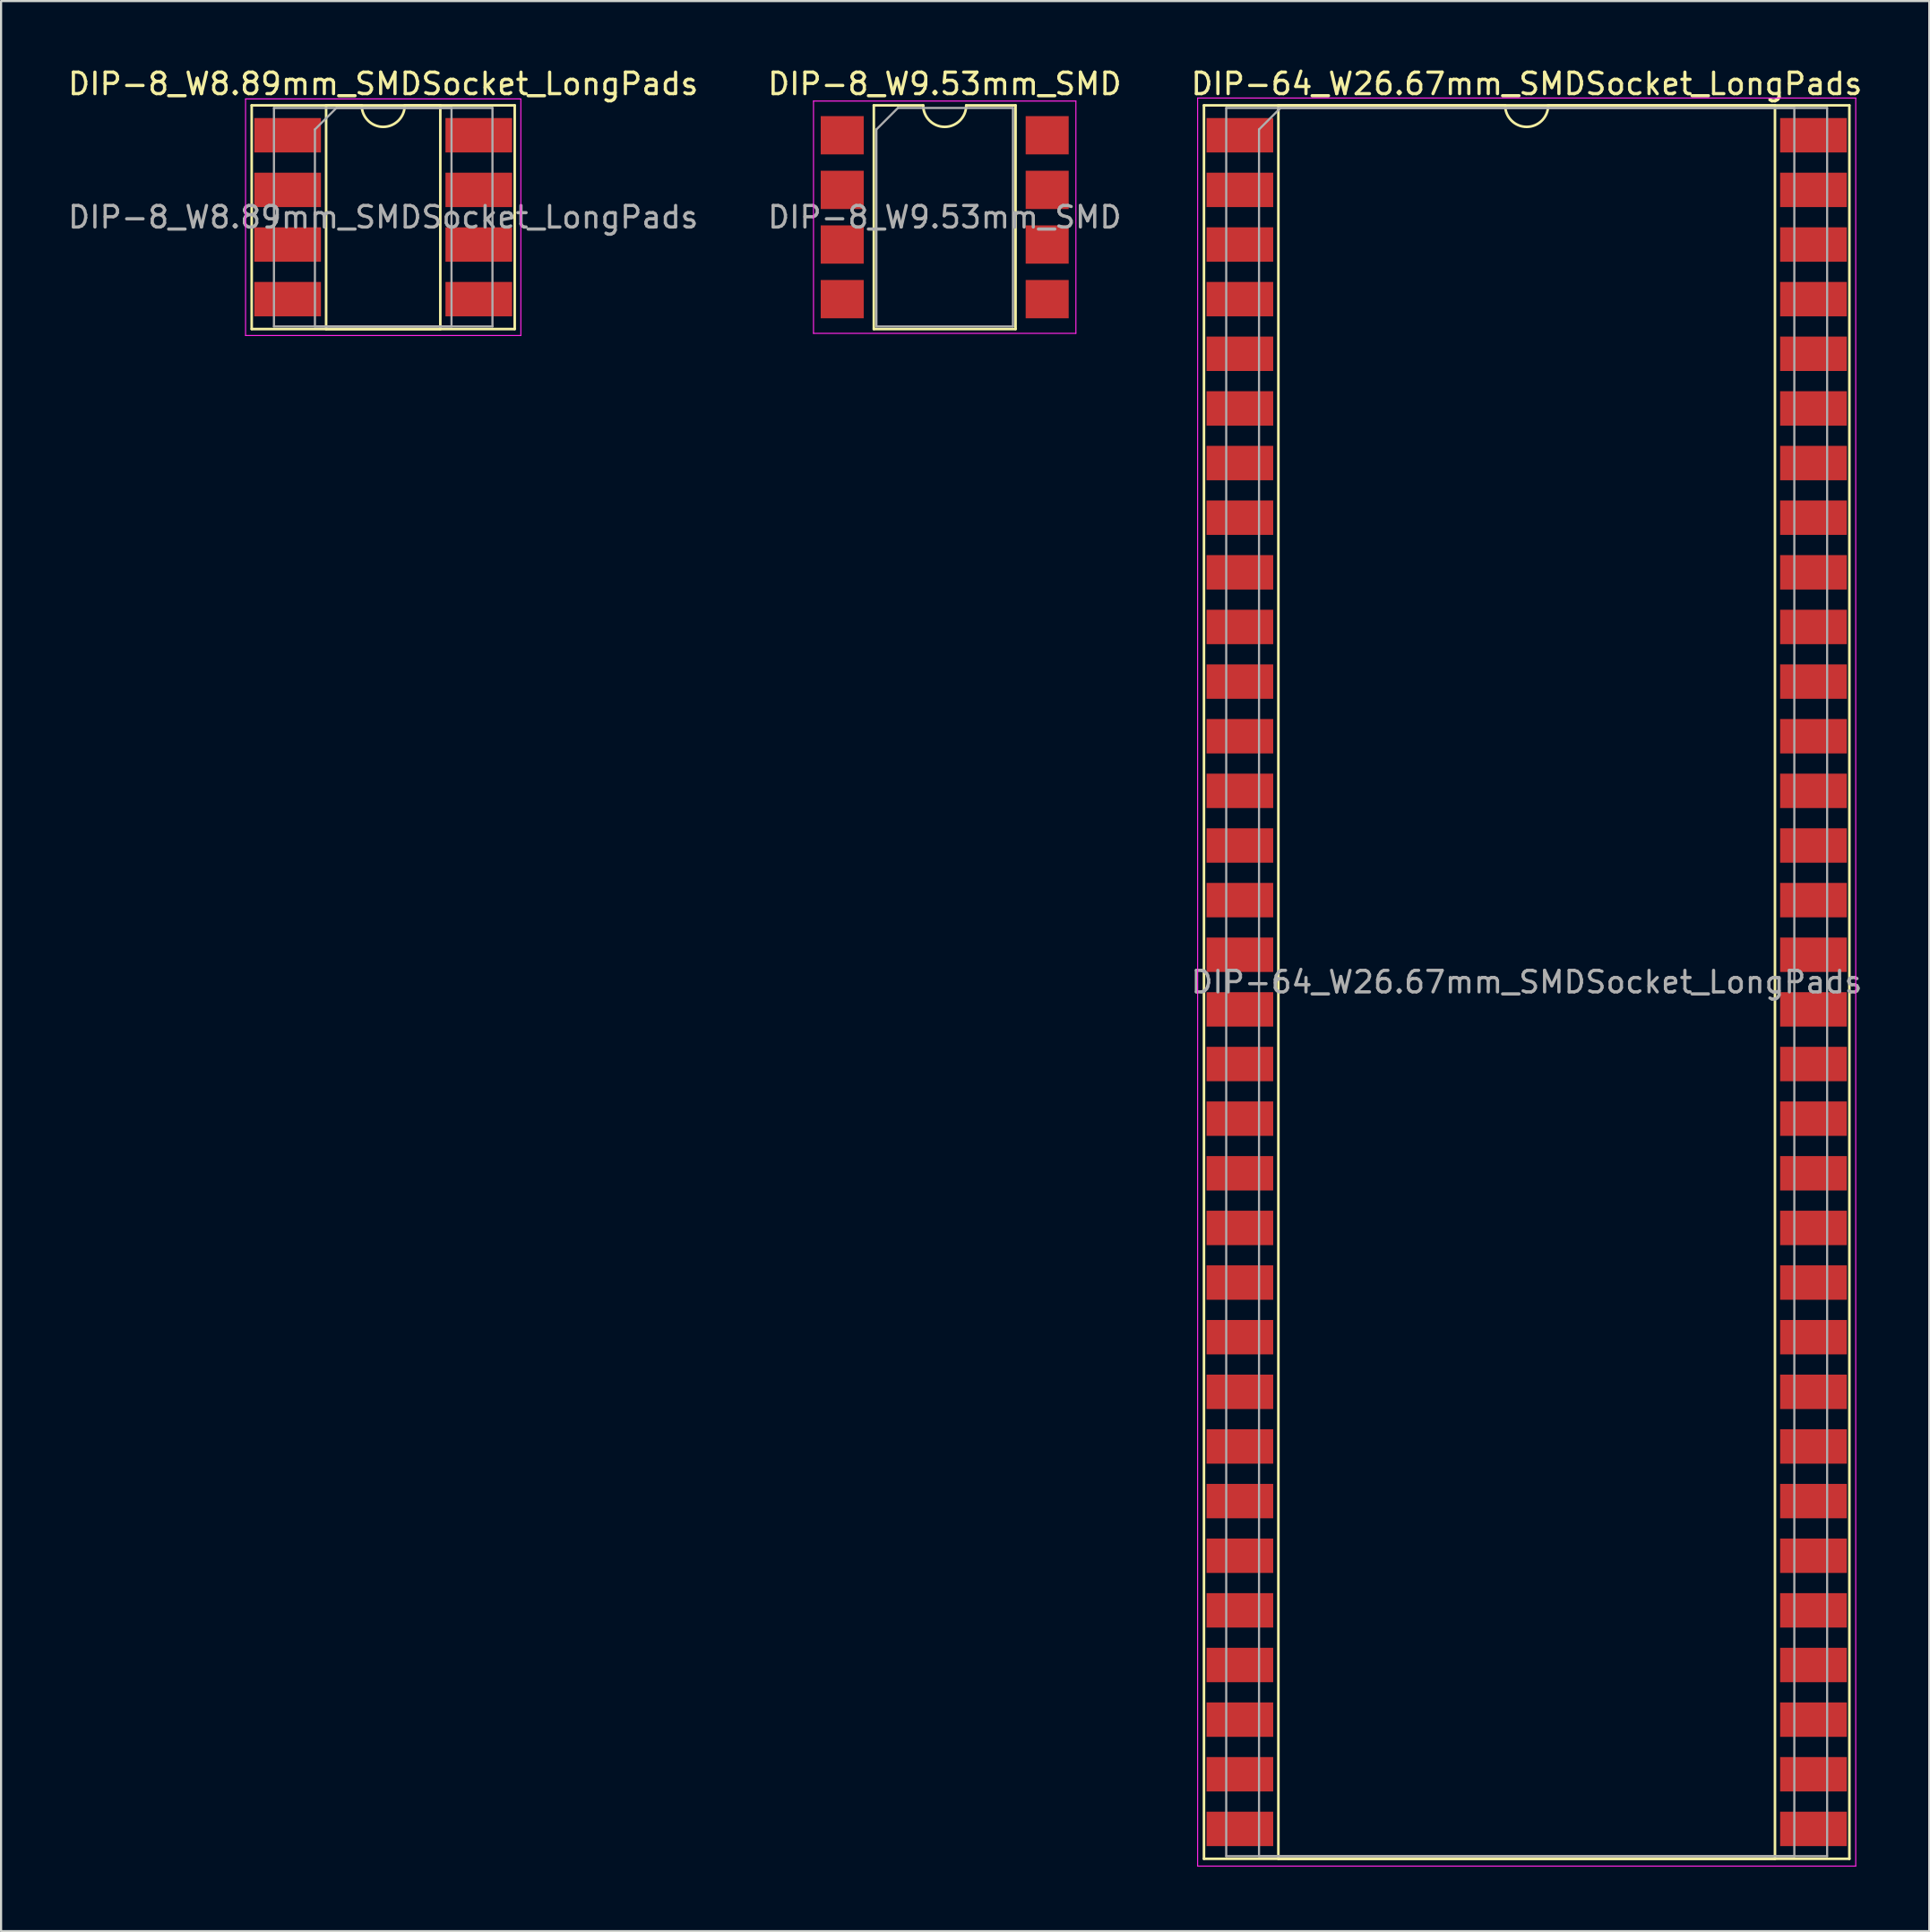
<source format=kicad_pcb>
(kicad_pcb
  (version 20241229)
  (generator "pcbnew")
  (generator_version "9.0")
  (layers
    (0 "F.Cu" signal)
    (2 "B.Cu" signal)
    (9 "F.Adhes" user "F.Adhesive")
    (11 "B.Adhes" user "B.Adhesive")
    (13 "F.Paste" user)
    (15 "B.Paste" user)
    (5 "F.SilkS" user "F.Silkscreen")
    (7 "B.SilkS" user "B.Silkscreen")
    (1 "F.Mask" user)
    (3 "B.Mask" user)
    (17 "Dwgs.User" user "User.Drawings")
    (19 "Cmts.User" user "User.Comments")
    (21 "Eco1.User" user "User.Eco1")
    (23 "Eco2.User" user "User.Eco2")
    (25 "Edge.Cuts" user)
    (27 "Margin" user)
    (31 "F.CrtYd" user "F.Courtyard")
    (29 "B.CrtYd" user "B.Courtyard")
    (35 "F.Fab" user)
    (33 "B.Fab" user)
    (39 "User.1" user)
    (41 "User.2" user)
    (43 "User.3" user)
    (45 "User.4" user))
  (footprint "DIP-8_W9.53mm_SMD"
    (layer "F.Cu")
    (at 40.875 7.048)
    (property "Reference" "DIP-8_W9.53mm_SMD" (at 0 -6.2 0) (layer "F.SilkS") (effects (font (size 1 1) (thickness 0.15))))
    (attr smd)
    (fp_line (start -3.295 -5.2) (end -3.295 5.2) (stroke (width 0.12) (type solid)) (layer "F.SilkS"))
    (fp_line (start -3.295 5.2) (end 3.295 5.2) (stroke (width 0.12) (type solid)) (layer "F.SilkS"))
    (fp_line (start -1 -5.2) (end -3.295 -5.2) (stroke (width 0.12) (type solid)) (layer "F.SilkS"))
    (fp_line (start 3.295 -5.2) (end 1 -5.2) (stroke (width 0.12) (type solid)) (layer "F.SilkS"))
    (fp_line (start 3.295 5.2) (end 3.295 -5.2) (stroke (width 0.12) (type solid)) (layer "F.SilkS"))
    (fp_arc (start 1 -5.2) (mid 0 -4.2) (end -1 -5.2) (stroke (width 0.12) (type solid)) (layer "F.SilkS"))
    (fp_line (start -6.1 -5.4) (end -6.1 5.4) (stroke (width 0.05) (type solid)) (layer "F.CrtYd"))
    (fp_line (start -6.1 5.4) (end 6.1 5.4) (stroke (width 0.05) (type solid)) (layer "F.CrtYd"))
    (fp_line (start 6.1 -5.4) (end -6.1 -5.4) (stroke (width 0.05) (type solid)) (layer "F.CrtYd"))
    (fp_line (start 6.1 5.4) (end 6.1 -5.4) (stroke (width 0.05) (type solid)) (layer "F.CrtYd"))
    (fp_line (start -3.175 -4.08) (end -2.175 -5.08) (stroke (width 0.1) (type solid)) (layer "F.Fab"))
    (fp_line (start -3.175 5.08) (end -3.175 -4.08) (stroke (width 0.1) (type solid)) (layer "F.Fab"))
    (fp_line (start -2.175 -5.08) (end 3.175 -5.08) (stroke (width 0.1) (type solid)) (layer "F.Fab"))
    (fp_line (start 3.175 -5.08) (end 3.175 5.08) (stroke (width 0.1) (type solid)) (layer "F.Fab"))
    (fp_line (start 3.175 5.08) (end -3.175 5.08) (stroke (width 0.1) (type solid)) (layer "F.Fab"))
    (fp_text user "${REFERENCE}" (at 0 0 0) (layer "F.Fab") (effects (font (size 1 1) (thickness 0.15))))
    (pad "1" smd rect (at -4.765 -3.81) (size 2 1.78) (layers "F.Cu" "F.Mask" "F.Paste"))
    (pad "2" smd rect (at -4.765 -1.27) (size 2 1.78) (layers "F.Cu" "F.Mask" "F.Paste"))
    (pad "3" smd rect (at -4.765 1.27) (size 2 1.78) (layers "F.Cu" "F.Mask" "F.Paste"))
    (pad "4" smd rect (at -4.765 3.81) (size 2 1.78) (layers "F.Cu" "F.Mask" "F.Paste"))
    (pad "5" smd rect (at 4.765 3.81) (size 2 1.78) (layers "F.Cu" "F.Mask" "F.Paste"))
    (pad "6" smd rect (at 4.765 1.27) (size 2 1.78) (layers "F.Cu" "F.Mask" "F.Paste"))
    (pad "7" smd rect (at 4.765 -1.27) (size 2 1.78) (layers "F.Cu" "F.Mask" "F.Paste"))
    (pad "8" smd rect (at 4.765 -3.81) (size 2 1.78) (layers "F.Cu" "F.Mask" "F.Paste")))
  (footprint "DIP-64_W26.67mm_SMDSocket_LongPads"
    (layer "F.Cu")
    (at 67.935 42.608)
    (property "Reference" "DIP-64_W26.67mm_SMDSocket_LongPads" (at 0 -41.76 0) (layer "F.SilkS") (effects (font (size 1 1) (thickness 0.15))))
    (attr smd)
    (fp_line (start -15.005 -40.76) (end -15.005 40.76) (stroke (width 0.12) (type solid)) (layer "F.SilkS"))
    (fp_line (start -15.005 40.76) (end 15.005 40.76) (stroke (width 0.12) (type solid)) (layer "F.SilkS"))
    (fp_line (start -11.545 -40.76) (end -11.545 40.76) (stroke (width 0.12) (type solid)) (layer "F.SilkS"))
    (fp_line (start -11.545 40.76) (end 11.545 40.76) (stroke (width 0.12) (type solid)) (layer "F.SilkS"))
    (fp_line (start -1 -40.76) (end -11.545 -40.76) (stroke (width 0.12) (type solid)) (layer "F.SilkS"))
    (fp_line (start 11.545 -40.76) (end 1 -40.76) (stroke (width 0.12) (type solid)) (layer "F.SilkS"))
    (fp_line (start 11.545 40.76) (end 11.545 -40.76) (stroke (width 0.12) (type solid)) (layer "F.SilkS"))
    (fp_line (start 15.005 -40.76) (end -15.005 -40.76) (stroke (width 0.12) (type solid)) (layer "F.SilkS"))
    (fp_line (start 15.005 40.76) (end 15.005 -40.76) (stroke (width 0.12) (type solid)) (layer "F.SilkS"))
    (fp_arc (start 1 -40.76) (mid 0 -39.76) (end -1 -40.76) (stroke (width 0.12) (type solid)) (layer "F.SilkS"))
    (fp_line (start -15.3 -41.1) (end -15.3 41.1) (stroke (width 0.05) (type solid)) (layer "F.CrtYd"))
    (fp_line (start -15.3 41.1) (end 15.3 41.1) (stroke (width 0.05) (type solid)) (layer "F.CrtYd"))
    (fp_line (start 15.3 -41.1) (end -15.3 -41.1) (stroke (width 0.05) (type solid)) (layer "F.CrtYd"))
    (fp_line (start 15.3 41.1) (end 15.3 -41.1) (stroke (width 0.05) (type solid)) (layer "F.CrtYd"))
    (fp_line (start -13.97 -40.64) (end -13.97 40.64) (stroke (width 0.1) (type solid)) (layer "F.Fab"))
    (fp_line (start -13.97 40.64) (end 13.97 40.64) (stroke (width 0.1) (type solid)) (layer "F.Fab"))
    (fp_line (start -12.445 -39.64) (end -11.445 -40.64) (stroke (width 0.1) (type solid)) (layer "F.Fab"))
    (fp_line (start -12.445 40.64) (end -12.445 -39.64) (stroke (width 0.1) (type solid)) (layer "F.Fab"))
    (fp_line (start -11.445 -40.64) (end 12.445 -40.64) (stroke (width 0.1) (type solid)) (layer "F.Fab"))
    (fp_line (start 12.445 -40.64) (end 12.445 40.64) (stroke (width 0.1) (type solid)) (layer "F.Fab"))
    (fp_line (start 12.445 40.64) (end -12.445 40.64) (stroke (width 0.1) (type solid)) (layer "F.Fab"))
    (fp_line (start 13.97 -40.64) (end -13.97 -40.64) (stroke (width 0.1) (type solid)) (layer "F.Fab"))
    (fp_line (start 13.97 40.64) (end 13.97 -40.64) (stroke (width 0.1) (type solid)) (layer "F.Fab"))
    (fp_text user "${REFERENCE}" (at 0 0 0) (layer "F.Fab") (effects (font (size 1 1) (thickness 0.15))))
    (pad "1" smd rect (at -13.335 -39.37) (size 3.1 1.6) (layers "F.Cu" "F.Mask" "F.Paste"))
    (pad "2" smd rect (at -13.335 -36.83) (size 3.1 1.6) (layers "F.Cu" "F.Mask" "F.Paste"))
    (pad "3" smd rect (at -13.335 -34.29) (size 3.1 1.6) (layers "F.Cu" "F.Mask" "F.Paste"))
    (pad "4" smd rect (at -13.335 -31.75) (size 3.1 1.6) (layers "F.Cu" "F.Mask" "F.Paste"))
    (pad "5" smd rect (at -13.335 -29.21) (size 3.1 1.6) (layers "F.Cu" "F.Mask" "F.Paste"))
    (pad "6" smd rect (at -13.335 -26.67) (size 3.1 1.6) (layers "F.Cu" "F.Mask" "F.Paste"))
    (pad "7" smd rect (at -13.335 -24.13) (size 3.1 1.6) (layers "F.Cu" "F.Mask" "F.Paste"))
    (pad "8" smd rect (at -13.335 -21.59) (size 3.1 1.6) (layers "F.Cu" "F.Mask" "F.Paste"))
    (pad "9" smd rect (at -13.335 -19.05) (size 3.1 1.6) (layers "F.Cu" "F.Mask" "F.Paste"))
    (pad "10" smd rect (at -13.335 -16.51) (size 3.1 1.6) (layers "F.Cu" "F.Mask" "F.Paste"))
    (pad "11" smd rect (at -13.335 -13.97) (size 3.1 1.6) (layers "F.Cu" "F.Mask" "F.Paste"))
    (pad "12" smd rect (at -13.335 -11.43) (size 3.1 1.6) (layers "F.Cu" "F.Mask" "F.Paste"))
    (pad "13" smd rect (at -13.335 -8.89) (size 3.1 1.6) (layers "F.Cu" "F.Mask" "F.Paste"))
    (pad "14" smd rect (at -13.335 -6.35) (size 3.1 1.6) (layers "F.Cu" "F.Mask" "F.Paste"))
    (pad "15" smd rect (at -13.335 -3.81) (size 3.1 1.6) (layers "F.Cu" "F.Mask" "F.Paste"))
    (pad "16" smd rect (at -13.335 -1.27) (size 3.1 1.6) (layers "F.Cu" "F.Mask" "F.Paste"))
    (pad "17" smd rect (at -13.335 1.27) (size 3.1 1.6) (layers "F.Cu" "F.Mask" "F.Paste"))
    (pad "18" smd rect (at -13.335 3.81) (size 3.1 1.6) (layers "F.Cu" "F.Mask" "F.Paste"))
    (pad "19" smd rect (at -13.335 6.35) (size 3.1 1.6) (layers "F.Cu" "F.Mask" "F.Paste"))
    (pad "20" smd rect (at -13.335 8.89) (size 3.1 1.6) (layers "F.Cu" "F.Mask" "F.Paste"))
    (pad "21" smd rect (at -13.335 11.43) (size 3.1 1.6) (layers "F.Cu" "F.Mask" "F.Paste"))
    (pad "22" smd rect (at -13.335 13.97) (size 3.1 1.6) (layers "F.Cu" "F.Mask" "F.Paste"))
    (pad "23" smd rect (at -13.335 16.51) (size 3.1 1.6) (layers "F.Cu" "F.Mask" "F.Paste"))
    (pad "24" smd rect (at -13.335 19.05) (size 3.1 1.6) (layers "F.Cu" "F.Mask" "F.Paste"))
    (pad "25" smd rect (at -13.335 21.59) (size 3.1 1.6) (layers "F.Cu" "F.Mask" "F.Paste"))
    (pad "26" smd rect (at -13.335 24.13) (size 3.1 1.6) (layers "F.Cu" "F.Mask" "F.Paste"))
    (pad "27" smd rect (at -13.335 26.67) (size 3.1 1.6) (layers "F.Cu" "F.Mask" "F.Paste"))
    (pad "28" smd rect (at -13.335 29.21) (size 3.1 1.6) (layers "F.Cu" "F.Mask" "F.Paste"))
    (pad "29" smd rect (at -13.335 31.75) (size 3.1 1.6) (layers "F.Cu" "F.Mask" "F.Paste"))
    (pad "30" smd rect (at -13.335 34.29) (size 3.1 1.6) (layers "F.Cu" "F.Mask" "F.Paste"))
    (pad "31" smd rect (at -13.335 36.83) (size 3.1 1.6) (layers "F.Cu" "F.Mask" "F.Paste"))
    (pad "32" smd rect (at -13.335 39.37) (size 3.1 1.6) (layers "F.Cu" "F.Mask" "F.Paste"))
    (pad "33" smd rect (at 13.335 39.37) (size 3.1 1.6) (layers "F.Cu" "F.Mask" "F.Paste"))
    (pad "34" smd rect (at 13.335 36.83) (size 3.1 1.6) (layers "F.Cu" "F.Mask" "F.Paste"))
    (pad "35" smd rect (at 13.335 34.29) (size 3.1 1.6) (layers "F.Cu" "F.Mask" "F.Paste"))
    (pad "36" smd rect (at 13.335 31.75) (size 3.1 1.6) (layers "F.Cu" "F.Mask" "F.Paste"))
    (pad "37" smd rect (at 13.335 29.21) (size 3.1 1.6) (layers "F.Cu" "F.Mask" "F.Paste"))
    (pad "38" smd rect (at 13.335 26.67) (size 3.1 1.6) (layers "F.Cu" "F.Mask" "F.Paste"))
    (pad "39" smd rect (at 13.335 24.13) (size 3.1 1.6) (layers "F.Cu" "F.Mask" "F.Paste"))
    (pad "40" smd rect (at 13.335 21.59) (size 3.1 1.6) (layers "F.Cu" "F.Mask" "F.Paste"))
    (pad "41" smd rect (at 13.335 19.05) (size 3.1 1.6) (layers "F.Cu" "F.Mask" "F.Paste"))
    (pad "42" smd rect (at 13.335 16.51) (size 3.1 1.6) (layers "F.Cu" "F.Mask" "F.Paste"))
    (pad "43" smd rect (at 13.335 13.97) (size 3.1 1.6) (layers "F.Cu" "F.Mask" "F.Paste"))
    (pad "44" smd rect (at 13.335 11.43) (size 3.1 1.6) (layers "F.Cu" "F.Mask" "F.Paste"))
    (pad "45" smd rect (at 13.335 8.89) (size 3.1 1.6) (layers "F.Cu" "F.Mask" "F.Paste"))
    (pad "46" smd rect (at 13.335 6.35) (size 3.1 1.6) (layers "F.Cu" "F.Mask" "F.Paste"))
    (pad "47" smd rect (at 13.335 3.81) (size 3.1 1.6) (layers "F.Cu" "F.Mask" "F.Paste"))
    (pad "48" smd rect (at 13.335 1.27) (size 3.1 1.6) (layers "F.Cu" "F.Mask" "F.Paste"))
    (pad "49" smd rect (at 13.335 -1.27) (size 3.1 1.6) (layers "F.Cu" "F.Mask" "F.Paste"))
    (pad "50" smd rect (at 13.335 -3.81) (size 3.1 1.6) (layers "F.Cu" "F.Mask" "F.Paste"))
    (pad "51" smd rect (at 13.335 -6.35) (size 3.1 1.6) (layers "F.Cu" "F.Mask" "F.Paste"))
    (pad "52" smd rect (at 13.335 -8.89) (size 3.1 1.6) (layers "F.Cu" "F.Mask" "F.Paste"))
    (pad "53" smd rect (at 13.335 -11.43) (size 3.1 1.6) (layers "F.Cu" "F.Mask" "F.Paste"))
    (pad "54" smd rect (at 13.335 -13.97) (size 3.1 1.6) (layers "F.Cu" "F.Mask" "F.Paste"))
    (pad "55" smd rect (at 13.335 -16.51) (size 3.1 1.6) (layers "F.Cu" "F.Mask" "F.Paste"))
    (pad "56" smd rect (at 13.335 -19.05) (size 3.1 1.6) (layers "F.Cu" "F.Mask" "F.Paste"))
    (pad "57" smd rect (at 13.335 -21.59) (size 3.1 1.6) (layers "F.Cu" "F.Mask" "F.Paste"))
    (pad "58" smd rect (at 13.335 -24.13) (size 3.1 1.6) (layers "F.Cu" "F.Mask" "F.Paste"))
    (pad "59" smd rect (at 13.335 -26.67) (size 3.1 1.6) (layers "F.Cu" "F.Mask" "F.Paste"))
    (pad "60" smd rect (at 13.335 -29.21) (size 3.1 1.6) (layers "F.Cu" "F.Mask" "F.Paste"))
    (pad "61" smd rect (at 13.335 -31.75) (size 3.1 1.6) (layers "F.Cu" "F.Mask" "F.Paste"))
    (pad "62" smd rect (at 13.335 -34.29) (size 3.1 1.6) (layers "F.Cu" "F.Mask" "F.Paste"))
    (pad "63" smd rect (at 13.335 -36.83) (size 3.1 1.6) (layers "F.Cu" "F.Mask" "F.Paste"))
    (pad "64" smd rect (at 13.335 -39.37) (size 3.1 1.6) (layers "F.Cu" "F.Mask" "F.Paste")))
  (footprint "DIP-8_W8.89mm_SMDSocket_LongPads"
    (layer "F.Cu")
    (at 14.768 7.048)
    (property "Reference" "DIP-8_W8.89mm_SMDSocket_LongPads" (at 0 -6.2 0) (layer "F.SilkS") (effects (font (size 1 1) (thickness 0.15))))
    (attr smd)
    (fp_line (start -6.115 -5.2) (end -6.115 5.2) (stroke (width 0.12) (type solid)) (layer "F.SilkS"))
    (fp_line (start -6.115 5.2) (end 6.115 5.2) (stroke (width 0.12) (type solid)) (layer "F.SilkS"))
    (fp_line (start -2.655 -5.2) (end -2.655 5.2) (stroke (width 0.12) (type solid)) (layer "F.SilkS"))
    (fp_line (start -2.655 5.2) (end 2.655 5.2) (stroke (width 0.12) (type solid)) (layer "F.SilkS"))
    (fp_line (start -1 -5.2) (end -2.655 -5.2) (stroke (width 0.12) (type solid)) (layer "F.SilkS"))
    (fp_line (start 2.655 -5.2) (end 1 -5.2) (stroke (width 0.12) (type solid)) (layer "F.SilkS"))
    (fp_line (start 2.655 5.2) (end 2.655 -5.2) (stroke (width 0.12) (type solid)) (layer "F.SilkS"))
    (fp_line (start 6.115 -5.2) (end -6.115 -5.2) (stroke (width 0.12) (type solid)) (layer "F.SilkS"))
    (fp_line (start 6.115 5.2) (end 6.115 -5.2) (stroke (width 0.12) (type solid)) (layer "F.SilkS"))
    (fp_arc (start 1 -5.2) (mid 0 -4.2) (end -1 -5.2) (stroke (width 0.12) (type solid)) (layer "F.SilkS"))
    (fp_line (start -6.4 -5.5) (end -6.4 5.5) (stroke (width 0.05) (type solid)) (layer "F.CrtYd"))
    (fp_line (start -6.4 5.5) (end 6.4 5.5) (stroke (width 0.05) (type solid)) (layer "F.CrtYd"))
    (fp_line (start 6.4 -5.5) (end -6.4 -5.5) (stroke (width 0.05) (type solid)) (layer "F.CrtYd"))
    (fp_line (start 6.4 5.5) (end 6.4 -5.5) (stroke (width 0.05) (type solid)) (layer "F.CrtYd"))
    (fp_line (start -5.08 -5.08) (end -5.08 5.08) (stroke (width 0.1) (type solid)) (layer "F.Fab"))
    (fp_line (start -5.08 5.08) (end 5.08 5.08) (stroke (width 0.1) (type solid)) (layer "F.Fab"))
    (fp_line (start -3.175 -4.08) (end -2.175 -5.08) (stroke (width 0.1) (type solid)) (layer "F.Fab"))
    (fp_line (start -3.175 5.08) (end -3.175 -4.08) (stroke (width 0.1) (type solid)) (layer "F.Fab"))
    (fp_line (start -2.175 -5.08) (end 3.175 -5.08) (stroke (width 0.1) (type solid)) (layer "F.Fab"))
    (fp_line (start 3.175 -5.08) (end 3.175 5.08) (stroke (width 0.1) (type solid)) (layer "F.Fab"))
    (fp_line (start 3.175 5.08) (end -3.175 5.08) (stroke (width 0.1) (type solid)) (layer "F.Fab"))
    (fp_line (start 5.08 -5.08) (end -5.08 -5.08) (stroke (width 0.1) (type solid)) (layer "F.Fab"))
    (fp_line (start 5.08 5.08) (end 5.08 -5.08) (stroke (width 0.1) (type solid)) (layer "F.Fab"))
    (fp_text user "${REFERENCE}" (at 0 0 0) (layer "F.Fab") (effects (font (size 1 1) (thickness 0.15))))
    (pad "1" smd rect (at -4.445 -3.81) (size 3.1 1.6) (layers "F.Cu" "F.Mask" "F.Paste"))
    (pad "2" smd rect (at -4.445 -1.27) (size 3.1 1.6) (layers "F.Cu" "F.Mask" "F.Paste"))
    (pad "3" smd rect (at -4.445 1.27) (size 3.1 1.6) (layers "F.Cu" "F.Mask" "F.Paste"))
    (pad "4" smd rect (at -4.445 3.81) (size 3.1 1.6) (layers "F.Cu" "F.Mask" "F.Paste"))
    (pad "5" smd rect (at 4.445 3.81) (size 3.1 1.6) (layers "F.Cu" "F.Mask" "F.Paste"))
    (pad "6" smd rect (at 4.445 1.27) (size 3.1 1.6) (layers "F.Cu" "F.Mask" "F.Paste"))
    (pad "7" smd rect (at 4.445 -1.27) (size 3.1 1.6) (layers "F.Cu" "F.Mask" "F.Paste"))
    (pad "8" smd rect (at 4.445 -3.81) (size 3.1 1.6) (layers "F.Cu" "F.Mask" "F.Paste")))
  (gr_rect
    (start -3 -3)
    (end 86.655 86.733)
    (stroke (width 0.1) (type default))
    (fill no)
    (layer "Edge.Cuts")))
</source>
